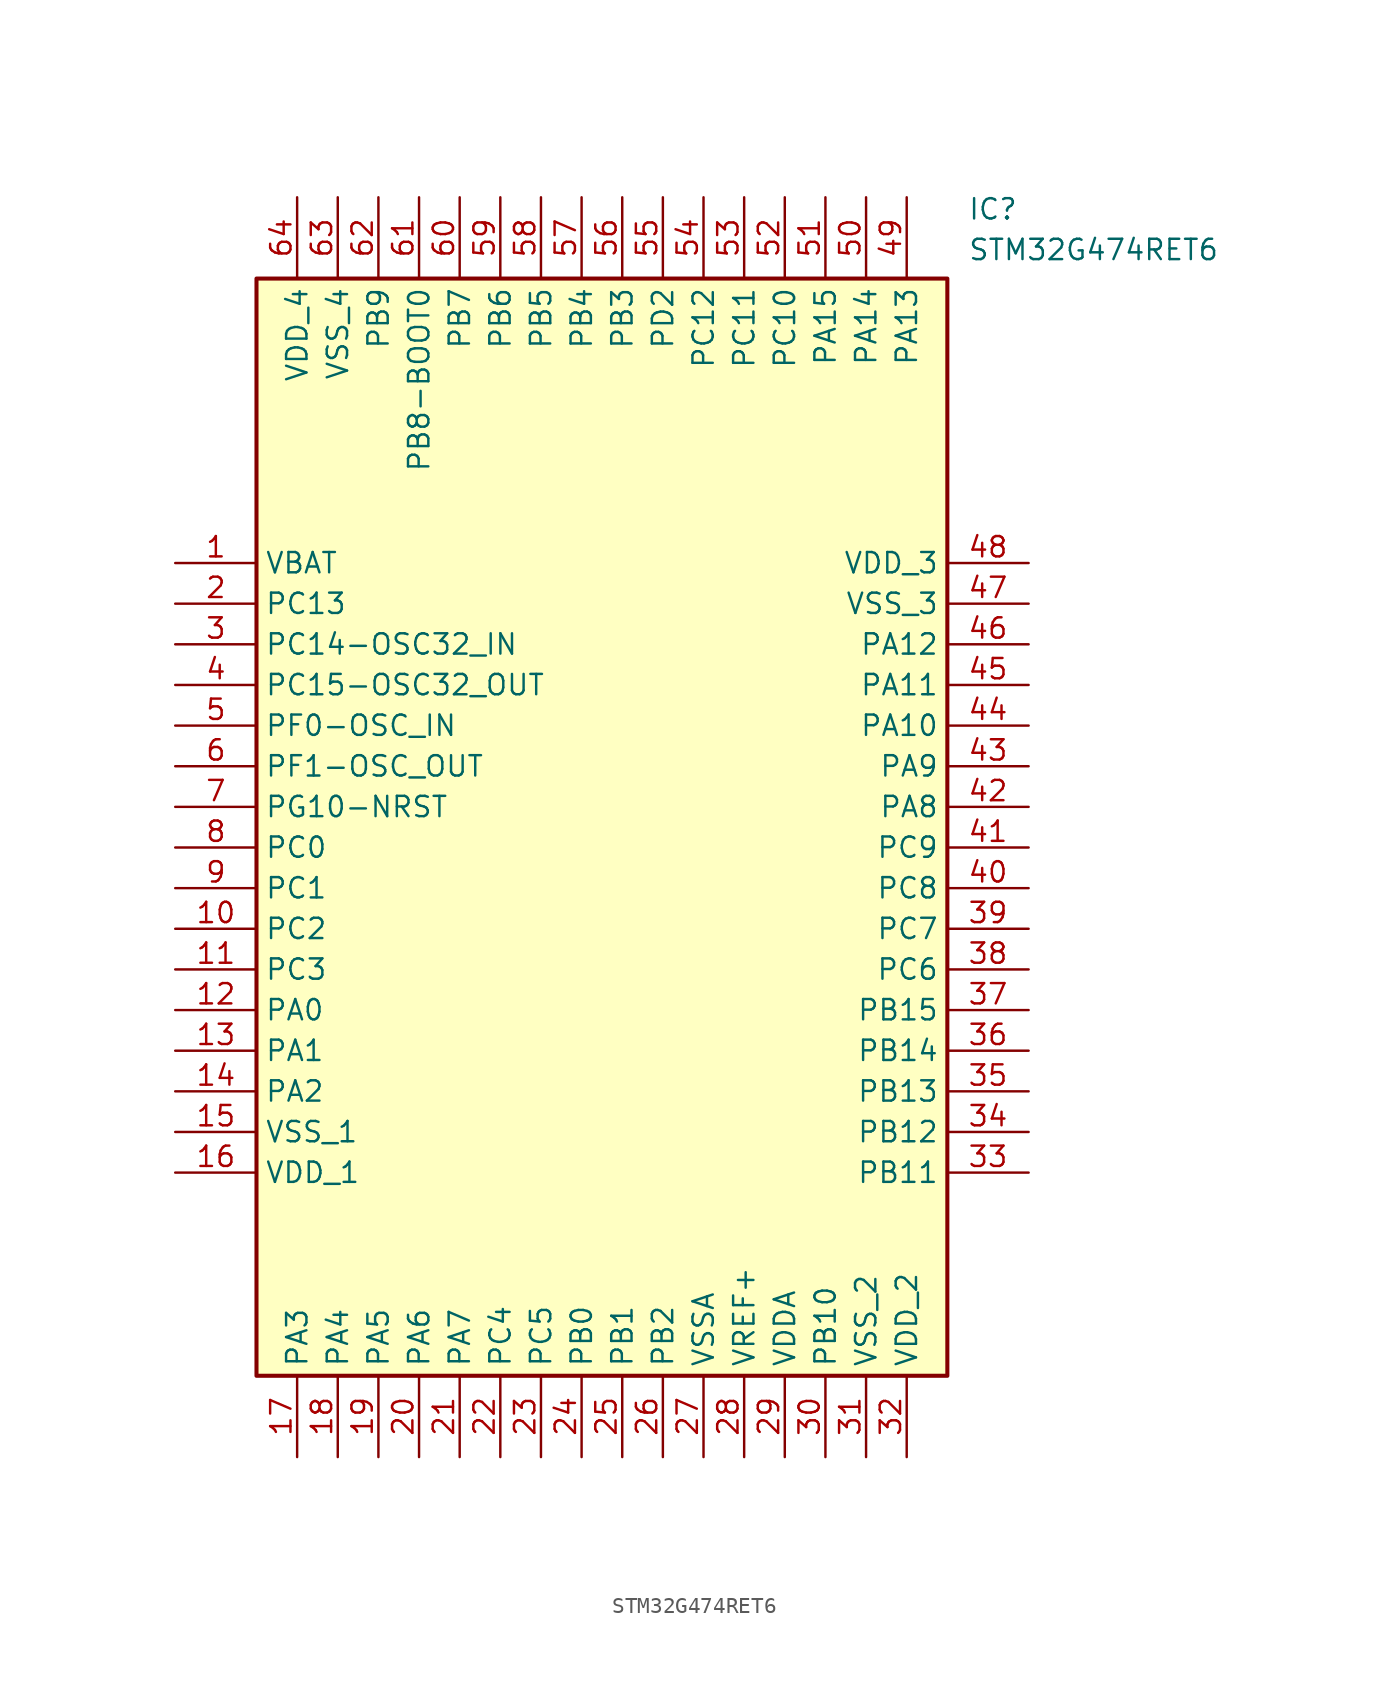
<source format=kicad_sym>
(kicad_symbol_lib
  (version 20241209)
  (generator "kicad_symbol_editor")
  (generator_version "9.0")
  (symbol "STM32G474RET6"
    (property "Reference" "IC"
      (at 49.53 22.86 0)
      (effects (font (size 1.27 1.27)) (justify left top)))
    (property "Value" "STM32G474RET6"
      (at 49.53 20.32 0)
      (effects (font (size 1.27 1.27)) (justify left top)))
    (symbol "STM32G474RET6_1_1"
      (rectangle (start 5.08 17.78) (end 48.26 -50.8) (stroke (width 0.254) (type default)) (fill (type background)))
      (pin passive line (at 0 0 0) (length 5.08) (name "VBAT" (effects (font (size 1.27 1.27)))) (number "1" (effects (font (size 1.27 1.27)))))
      (pin passive line (at 0 -2.54 0) (length 5.08) (name "PC13" (effects (font (size 1.27 1.27)))) (number "2" (effects (font (size 1.27 1.27)))))
      (pin passive line (at 0 -5.08 0) (length 5.08) (name "PC14-OSC32_IN" (effects (font (size 1.27 1.27)))) (number "3" (effects (font (size 1.27 1.27)))))
      (pin passive line (at 0 -7.62 0) (length 5.08) (name "PC15-OSC32_OUT" (effects (font (size 1.27 1.27)))) (number "4" (effects (font (size 1.27 1.27)))))
      (pin passive line (at 0 -10.16 0) (length 5.08) (name "PF0-OSC_IN" (effects (font (size 1.27 1.27)))) (number "5" (effects (font (size 1.27 1.27)))))
      (pin passive line (at 0 -12.7 0) (length 5.08) (name "PF1-OSC_OUT" (effects (font (size 1.27 1.27)))) (number "6" (effects (font (size 1.27 1.27)))))
      (pin passive line (at 0 -15.24 0) (length 5.08) (name "PG10-NRST" (effects (font (size 1.27 1.27)))) (number "7" (effects (font (size 1.27 1.27)))))
      (pin passive line (at 0 -17.78 0) (length 5.08) (name "PC0" (effects (font (size 1.27 1.27)))) (number "8" (effects (font (size 1.27 1.27)))))
      (pin passive line (at 0 -20.32 0) (length 5.08) (name "PC1" (effects (font (size 1.27 1.27)))) (number "9" (effects (font (size 1.27 1.27)))))
      (pin passive line (at 0 -22.86 0) (length 5.08) (name "PC2" (effects (font (size 1.27 1.27)))) (number "10" (effects (font (size 1.27 1.27)))))
      (pin passive line (at 0 -25.4 0) (length 5.08) (name "PC3" (effects (font (size 1.27 1.27)))) (number "11" (effects (font (size 1.27 1.27)))))
      (pin passive line (at 0 -27.94 0) (length 5.08) (name "PA0" (effects (font (size 1.27 1.27)))) (number "12" (effects (font (size 1.27 1.27)))))
      (pin passive line (at 0 -30.48 0) (length 5.08) (name "PA1" (effects (font (size 1.27 1.27)))) (number "13" (effects (font (size 1.27 1.27)))))
      (pin passive line (at 0 -33.02 0) (length 5.08) (name "PA2" (effects (font (size 1.27 1.27)))) (number "14" (effects (font (size 1.27 1.27)))))
      (pin passive line (at 0 -35.56 0) (length 5.08) (name "VSS_1" (effects (font (size 1.27 1.27)))) (number "15" (effects (font (size 1.27 1.27)))))
      (pin passive line (at 0 -38.1 0) (length 5.08) (name "VDD_1" (effects (font (size 1.27 1.27)))) (number "16" (effects (font (size 1.27 1.27)))))
      (pin passive line (at 7.62 22.86 270) (length 5.08) (name "VDD_4" (effects (font (size 1.27 1.27)))) (number "64" (effects (font (size 1.27 1.27)))))
      (pin passive line (at 7.62 -55.88 90) (length 5.08) (name "PA3" (effects (font (size 1.27 1.27)))) (number "17" (effects (font (size 1.27 1.27)))))
      (pin passive line (at 10.16 22.86 270) (length 5.08) (name "VSS_4" (effects (font (size 1.27 1.27)))) (number "63" (effects (font (size 1.27 1.27)))))
      (pin passive line (at 10.16 -55.88 90) (length 5.08) (name "PA4" (effects (font (size 1.27 1.27)))) (number "18" (effects (font (size 1.27 1.27)))))
      (pin passive line (at 12.7 22.86 270) (length 5.08) (name "PB9" (effects (font (size 1.27 1.27)))) (number "62" (effects (font (size 1.27 1.27)))))
      (pin passive line (at 12.7 -55.88 90) (length 5.08) (name "PA5" (effects (font (size 1.27 1.27)))) (number "19" (effects (font (size 1.27 1.27)))))
      (pin passive line (at 15.24 22.86 270) (length 5.08) (name "PB8-BOOT0" (effects (font (size 1.27 1.27)))) (number "61" (effects (font (size 1.27 1.27)))))
      (pin passive line (at 15.24 -55.88 90) (length 5.08) (name "PA6" (effects (font (size 1.27 1.27)))) (number "20" (effects (font (size 1.27 1.27)))))
      (pin passive line (at 17.78 22.86 270) (length 5.08) (name "PB7" (effects (font (size 1.27 1.27)))) (number "60" (effects (font (size 1.27 1.27)))))
      (pin passive line (at 17.78 -55.88 90) (length 5.08) (name "PA7" (effects (font (size 1.27 1.27)))) (number "21" (effects (font (size 1.27 1.27)))))
      (pin passive line (at 20.32 22.86 270) (length 5.08) (name "PB6" (effects (font (size 1.27 1.27)))) (number "59" (effects (font (size 1.27 1.27)))))
      (pin passive line (at 20.32 -55.88 90) (length 5.08) (name "PC4" (effects (font (size 1.27 1.27)))) (number "22" (effects (font (size 1.27 1.27)))))
      (pin passive line (at 22.86 22.86 270) (length 5.08) (name "PB5" (effects (font (size 1.27 1.27)))) (number "58" (effects (font (size 1.27 1.27)))))
      (pin passive line (at 22.86 -55.88 90) (length 5.08) (name "PC5" (effects (font (size 1.27 1.27)))) (number "23" (effects (font (size 1.27 1.27)))))
      (pin passive line (at 25.4 22.86 270) (length 5.08) (name "PB4" (effects (font (size 1.27 1.27)))) (number "57" (effects (font (size 1.27 1.27)))))
      (pin passive line (at 25.4 -55.88 90) (length 5.08) (name "PB0" (effects (font (size 1.27 1.27)))) (number "24" (effects (font (size 1.27 1.27)))))
      (pin passive line (at 27.94 22.86 270) (length 5.08) (name "PB3" (effects (font (size 1.27 1.27)))) (number "56" (effects (font (size 1.27 1.27)))))
      (pin passive line (at 27.94 -55.88 90) (length 5.08) (name "PB1" (effects (font (size 1.27 1.27)))) (number "25" (effects (font (size 1.27 1.27)))))
      (pin passive line (at 30.48 22.86 270) (length 5.08) (name "PD2" (effects (font (size 1.27 1.27)))) (number "55" (effects (font (size 1.27 1.27)))))
      (pin passive line (at 30.48 -55.88 90) (length 5.08) (name "PB2" (effects (font (size 1.27 1.27)))) (number "26" (effects (font (size 1.27 1.27)))))
      (pin passive line (at 33.02 22.86 270) (length 5.08) (name "PC12" (effects (font (size 1.27 1.27)))) (number "54" (effects (font (size 1.27 1.27)))))
      (pin passive line (at 33.02 -55.88 90) (length 5.08) (name "VSSA" (effects (font (size 1.27 1.27)))) (number "27" (effects (font (size 1.27 1.27)))))
      (pin passive line (at 35.56 22.86 270) (length 5.08) (name "PC11" (effects (font (size 1.27 1.27)))) (number "53" (effects (font (size 1.27 1.27)))))
      (pin passive line (at 35.56 -55.88 90) (length 5.08) (name "VREF+" (effects (font (size 1.27 1.27)))) (number "28" (effects (font (size 1.27 1.27)))))
      (pin passive line (at 38.1 22.86 270) (length 5.08) (name "PC10" (effects (font (size 1.27 1.27)))) (number "52" (effects (font (size 1.27 1.27)))))
      (pin passive line (at 38.1 -55.88 90) (length 5.08) (name "VDDA" (effects (font (size 1.27 1.27)))) (number "29" (effects (font (size 1.27 1.27)))))
      (pin passive line (at 40.64 22.86 270) (length 5.08) (name "PA15" (effects (font (size 1.27 1.27)))) (number "51" (effects (font (size 1.27 1.27)))))
      (pin passive line (at 40.64 -55.88 90) (length 5.08) (name "PB10" (effects (font (size 1.27 1.27)))) (number "30" (effects (font (size 1.27 1.27)))))
      (pin passive line (at 43.18 22.86 270) (length 5.08) (name "PA14" (effects (font (size 1.27 1.27)))) (number "50" (effects (font (size 1.27 1.27)))))
      (pin passive line (at 43.18 -55.88 90) (length 5.08) (name "VSS_2" (effects (font (size 1.27 1.27)))) (number "31" (effects (font (size 1.27 1.27)))))
      (pin passive line (at 45.72 22.86 270) (length 5.08) (name "PA13" (effects (font (size 1.27 1.27)))) (number "49" (effects (font (size 1.27 1.27)))))
      (pin passive line (at 45.72 -55.88 90) (length 5.08) (name "VDD_2" (effects (font (size 1.27 1.27)))) (number "32" (effects (font (size 1.27 1.27)))))
      (pin passive line (at 53.34 0 180) (length 5.08) (name "VDD_3" (effects (font (size 1.27 1.27)))) (number "48" (effects (font (size 1.27 1.27)))))
      (pin passive line (at 53.34 -2.54 180) (length 5.08) (name "VSS_3" (effects (font (size 1.27 1.27)))) (number "47" (effects (font (size 1.27 1.27)))))
      (pin passive line (at 53.34 -5.08 180) (length 5.08) (name "PA12" (effects (font (size 1.27 1.27)))) (number "46" (effects (font (size 1.27 1.27)))))
      (pin passive line (at 53.34 -7.62 180) (length 5.08) (name "PA11" (effects (font (size 1.27 1.27)))) (number "45" (effects (font (size 1.27 1.27)))))
      (pin passive line (at 53.34 -10.16 180) (length 5.08) (name "PA10" (effects (font (size 1.27 1.27)))) (number "44" (effects (font (size 1.27 1.27)))))
      (pin passive line (at 53.34 -12.7 180) (length 5.08) (name "PA9" (effects (font (size 1.27 1.27)))) (number "43" (effects (font (size 1.27 1.27)))))
      (pin passive line (at 53.34 -15.24 180) (length 5.08) (name "PA8" (effects (font (size 1.27 1.27)))) (number "42" (effects (font (size 1.27 1.27)))))
      (pin passive line (at 53.34 -17.78 180) (length 5.08) (name "PC9" (effects (font (size 1.27 1.27)))) (number "41" (effects (font (size 1.27 1.27)))))
      (pin passive line (at 53.34 -20.32 180) (length 5.08) (name "PC8" (effects (font (size 1.27 1.27)))) (number "40" (effects (font (size 1.27 1.27)))))
      (pin passive line (at 53.34 -22.86 180) (length 5.08) (name "PC7" (effects (font (size 1.27 1.27)))) (number "39" (effects (font (size 1.27 1.27)))))
      (pin passive line (at 53.34 -25.4 180) (length 5.08) (name "PC6" (effects (font (size 1.27 1.27)))) (number "38" (effects (font (size 1.27 1.27)))))
      (pin passive line (at 53.34 -27.94 180) (length 5.08) (name "PB15" (effects (font (size 1.27 1.27)))) (number "37" (effects (font (size 1.27 1.27)))))
      (pin passive line (at 53.34 -30.48 180) (length 5.08) (name "PB14" (effects (font (size 1.27 1.27)))) (number "36" (effects (font (size 1.27 1.27)))))
      (pin passive line (at 53.34 -33.02 180) (length 5.08) (name "PB13" (effects (font (size 1.27 1.27)))) (number "35" (effects (font (size 1.27 1.27)))))
      (pin passive line (at 53.34 -35.56 180) (length 5.08) (name "PB12" (effects (font (size 1.27 1.27)))) (number "34" (effects (font (size 1.27 1.27)))))
      (pin passive line (at 53.34 -38.1 180) (length 5.08) (name "PB11" (effects (font (size 1.27 1.27)))) (number "33" (effects (font (size 1.27 1.27))))))))
</source>
